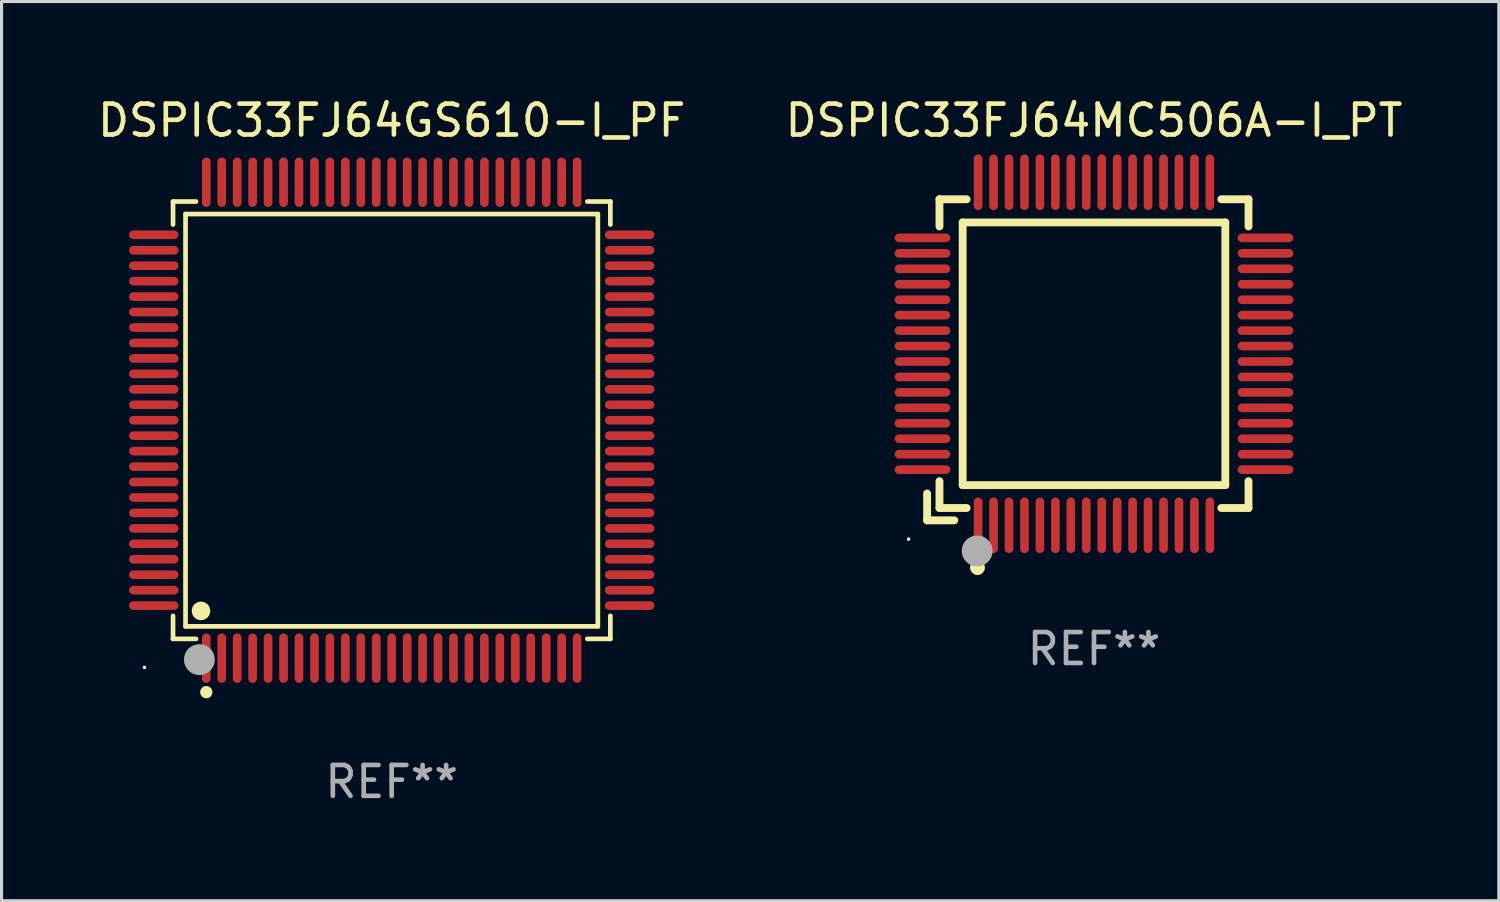
<source format=kicad_pcb>
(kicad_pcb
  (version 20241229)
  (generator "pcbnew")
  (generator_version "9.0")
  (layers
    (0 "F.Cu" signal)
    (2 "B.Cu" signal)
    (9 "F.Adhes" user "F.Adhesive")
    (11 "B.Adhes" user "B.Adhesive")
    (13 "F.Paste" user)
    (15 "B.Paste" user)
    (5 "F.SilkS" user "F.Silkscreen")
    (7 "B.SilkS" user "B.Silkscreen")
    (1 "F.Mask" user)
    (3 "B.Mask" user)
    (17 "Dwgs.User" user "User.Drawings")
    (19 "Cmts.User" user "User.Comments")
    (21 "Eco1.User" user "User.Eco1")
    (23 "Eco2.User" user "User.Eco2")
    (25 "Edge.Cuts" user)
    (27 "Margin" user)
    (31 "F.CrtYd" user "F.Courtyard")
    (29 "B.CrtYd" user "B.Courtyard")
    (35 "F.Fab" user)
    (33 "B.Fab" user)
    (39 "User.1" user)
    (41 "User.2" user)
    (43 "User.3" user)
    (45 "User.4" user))
  (footprint "DSPIC33FJ64MC506A-I_PT"
    (layer "F.Cu")
    (at 32.351 8.398)
    (property "Reference" "DSPIC33FJ64MC506A-I_PT" (at 0 -7.55 0) (layer "F.SilkS") (effects (font (size 1 1) (thickness 0.15))))
    (attr through_hole)
    (fp_line (start -5.4 4.521) (end -5.4 5.39) (stroke (width 0.254) (type solid)) (layer "F.SilkS"))
    (fp_line (start -5.4 5.39) (end -4.521 5.39) (stroke (width 0.254) (type solid)) (layer "F.SilkS"))
    (fp_line (start -5 -5) (end -5 -4.121) (stroke (width 0.254) (type solid)) (layer "F.SilkS"))
    (fp_line (start -5 4.121) (end -5 4.99) (stroke (width 0.254) (type solid)) (layer "F.SilkS"))
    (fp_line (start -5 4.99) (end -4.121 4.99) (stroke (width 0.254) (type solid)) (layer "F.SilkS"))
    (fp_line (start -4.25 -4.25) (end -4.25 4.25) (stroke (width 0.254) (type solid)) (layer "F.SilkS"))
    (fp_line (start -4.25 4.25) (end 4.25 4.25) (stroke (width 0.254) (type solid)) (layer "F.SilkS"))
    (fp_line (start -4.121 -5) (end -5 -5) (stroke (width 0.254) (type solid)) (layer "F.SilkS"))
    (fp_line (start 4.121 4.99) (end 5 4.99) (stroke (width 0.254) (type solid)) (layer "F.SilkS"))
    (fp_line (start 4.25 -4.25) (end -4.25 -4.25) (stroke (width 0.254) (type solid)) (layer "F.SilkS"))
    (fp_line (start 4.25 4.25) (end 4.25 -4.25) (stroke (width 0.254) (type solid)) (layer "F.SilkS"))
    (fp_line (start 5 -5) (end 4.121 -5) (stroke (width 0.254) (type solid)) (layer "F.SilkS"))
    (fp_line (start 5 -4.121) (end 5 -5) (stroke (width 0.254) (type solid)) (layer "F.SilkS"))
    (fp_line (start 5 4.99) (end 5 4.121) (stroke (width 0.254) (type solid)) (layer "F.SilkS"))
    (fp_circle (center -6 6) (end -5.97 6) (stroke (width 0.06) (type solid)) (fill no) (layer "F.SilkS"))
    (fp_circle (center -3.77 6.92) (end -3.65 6.92) (stroke (width 0.24) (type solid)) (fill no) (layer "F.SilkS"))
    (fp_circle (center -3.78 6.38) (end -3.53 6.38) (stroke (width 0.5) (type solid)) (fill no) (layer "F.Fab"))
    (fp_text user "REF**" (at 0 9.55 0) (layer "F.Fab") (effects (font (size 1 1) (thickness 0.15))))
    (pad "1" smd oval (at -3.75 5.55) (size 0.28 1.8) (layers "F.Cu" "F.Mask" "F.Paste"))
    (pad "2" smd oval (at -3.25 5.55) (size 0.28 1.8) (layers "F.Cu" "F.Mask" "F.Paste"))
    (pad "3" smd oval (at -2.75 5.55) (size 0.28 1.8) (layers "F.Cu" "F.Mask" "F.Paste"))
    (pad "4" smd oval (at -2.25 5.55) (size 0.28 1.8) (layers "F.Cu" "F.Mask" "F.Paste"))
    (pad "5" smd oval (at -1.75 5.55) (size 0.28 1.8) (layers "F.Cu" "F.Mask" "F.Paste"))
    (pad "6" smd oval (at -1.25 5.55) (size 0.28 1.8) (layers "F.Cu" "F.Mask" "F.Paste"))
    (pad "7" smd oval (at -0.75 5.55) (size 0.28 1.8) (layers "F.Cu" "F.Mask" "F.Paste"))
    (pad "8" smd oval (at -0.25 5.55) (size 0.28 1.8) (layers "F.Cu" "F.Mask" "F.Paste"))
    (pad "9" smd oval (at 0.25 5.55) (size 0.28 1.8) (layers "F.Cu" "F.Mask" "F.Paste"))
    (pad "10" smd oval (at 0.75 5.55) (size 0.28 1.8) (layers "F.Cu" "F.Mask" "F.Paste"))
    (pad "11" smd oval (at 1.25 5.55) (size 0.28 1.8) (layers "F.Cu" "F.Mask" "F.Paste"))
    (pad "12" smd oval (at 1.75 5.55) (size 0.28 1.8) (layers "F.Cu" "F.Mask" "F.Paste"))
    (pad "13" smd oval (at 2.25 5.55) (size 0.28 1.8) (layers "F.Cu" "F.Mask" "F.Paste"))
    (pad "14" smd oval (at 2.75 5.55) (size 0.28 1.8) (layers "F.Cu" "F.Mask" "F.Paste"))
    (pad "15" smd oval (at 3.25 5.55) (size 0.28 1.8) (layers "F.Cu" "F.Mask" "F.Paste"))
    (pad "16" smd oval (at 3.75 5.55) (size 0.28 1.8) (layers "F.Cu" "F.Mask" "F.Paste"))
    (pad "17" smd oval (at 5.55 3.75) (size 1.8 0.28) (layers "F.Cu" "F.Mask" "F.Paste"))
    (pad "18" smd oval (at 5.55 3.25) (size 1.8 0.28) (layers "F.Cu" "F.Mask" "F.Paste"))
    (pad "19" smd oval (at 5.55 2.75) (size 1.8 0.28) (layers "F.Cu" "F.Mask" "F.Paste"))
    (pad "20" smd oval (at 5.55 2.25) (size 1.8 0.28) (layers "F.Cu" "F.Mask" "F.Paste"))
    (pad "21" smd oval (at 5.55 1.75) (size 1.8 0.28) (layers "F.Cu" "F.Mask" "F.Paste"))
    (pad "22" smd oval (at 5.55 1.25) (size 1.8 0.28) (layers "F.Cu" "F.Mask" "F.Paste"))
    (pad "23" smd oval (at 5.55 0.75) (size 1.8 0.28) (layers "F.Cu" "F.Mask" "F.Paste"))
    (pad "24" smd oval (at 5.55 0.25) (size 1.8 0.28) (layers "F.Cu" "F.Mask" "F.Paste"))
    (pad "25" smd oval (at 5.55 -0.25) (size 1.8 0.28) (layers "F.Cu" "F.Mask" "F.Paste"))
    (pad "26" smd oval (at 5.55 -0.75) (size 1.8 0.28) (layers "F.Cu" "F.Mask" "F.Paste"))
    (pad "27" smd oval (at 5.55 -1.25) (size 1.8 0.28) (layers "F.Cu" "F.Mask" "F.Paste"))
    (pad "28" smd oval (at 5.55 -1.75) (size 1.8 0.28) (layers "F.Cu" "F.Mask" "F.Paste"))
    (pad "29" smd oval (at 5.55 -2.25) (size 1.8 0.28) (layers "F.Cu" "F.Mask" "F.Paste"))
    (pad "30" smd oval (at 5.55 -2.75) (size 1.8 0.28) (layers "F.Cu" "F.Mask" "F.Paste"))
    (pad "31" smd oval (at 5.55 -3.25) (size 1.8 0.28) (layers "F.Cu" "F.Mask" "F.Paste"))
    (pad "32" smd oval (at 5.55 -3.75) (size 1.8 0.28) (layers "F.Cu" "F.Mask" "F.Paste"))
    (pad "33" smd oval (at 3.75 -5.55) (size 0.28 1.8) (layers "F.Cu" "F.Mask" "F.Paste"))
    (pad "34" smd oval (at 3.25 -5.55) (size 0.28 1.8) (layers "F.Cu" "F.Mask" "F.Paste"))
    (pad "35" smd oval (at 2.75 -5.55) (size 0.28 1.8) (layers "F.Cu" "F.Mask" "F.Paste"))
    (pad "36" smd oval (at 2.25 -5.55) (size 0.28 1.8) (layers "F.Cu" "F.Mask" "F.Paste"))
    (pad "37" smd oval (at 1.75 -5.55) (size 0.28 1.8) (layers "F.Cu" "F.Mask" "F.Paste"))
    (pad "38" smd oval (at 1.25 -5.55) (size 0.28 1.8) (layers "F.Cu" "F.Mask" "F.Paste"))
    (pad "39" smd oval (at 0.75 -5.55) (size 0.28 1.8) (layers "F.Cu" "F.Mask" "F.Paste"))
    (pad "40" smd oval (at 0.25 -5.55) (size 0.28 1.8) (layers "F.Cu" "F.Mask" "F.Paste"))
    (pad "41" smd oval (at -0.25 -5.55) (size 0.28 1.8) (layers "F.Cu" "F.Mask" "F.Paste"))
    (pad "42" smd oval (at -0.75 -5.55) (size 0.28 1.8) (layers "F.Cu" "F.Mask" "F.Paste"))
    (pad "43" smd oval (at -1.25 -5.55) (size 0.28 1.8) (layers "F.Cu" "F.Mask" "F.Paste"))
    (pad "44" smd oval (at -1.75 -5.55) (size 0.28 1.8) (layers "F.Cu" "F.Mask" "F.Paste"))
    (pad "45" smd oval (at -2.25 -5.55) (size 0.28 1.8) (layers "F.Cu" "F.Mask" "F.Paste"))
    (pad "46" smd oval (at -2.75 -5.55) (size 0.28 1.8) (layers "F.Cu" "F.Mask" "F.Paste"))
    (pad "47" smd oval (at -3.25 -5.55) (size 0.28 1.8) (layers "F.Cu" "F.Mask" "F.Paste"))
    (pad "48" smd oval (at -3.75 -5.55) (size 0.28 1.8) (layers "F.Cu" "F.Mask" "F.Paste"))
    (pad "49" smd oval (at -5.55 -3.75) (size 1.8 0.28) (layers "F.Cu" "F.Mask" "F.Paste"))
    (pad "50" smd oval (at -5.55 -3.25) (size 1.8 0.28) (layers "F.Cu" "F.Mask" "F.Paste"))
    (pad "51" smd oval (at -5.55 -2.75) (size 1.8 0.28) (layers "F.Cu" "F.Mask" "F.Paste"))
    (pad "52" smd oval (at -5.55 -2.25) (size 1.8 0.28) (layers "F.Cu" "F.Mask" "F.Paste"))
    (pad "53" smd oval (at -5.55 -1.75) (size 1.8 0.28) (layers "F.Cu" "F.Mask" "F.Paste"))
    (pad "54" smd oval (at -5.55 -1.25) (size 1.8 0.28) (layers "F.Cu" "F.Mask" "F.Paste"))
    (pad "55" smd oval (at -5.55 -0.75) (size 1.8 0.28) (layers "F.Cu" "F.Mask" "F.Paste"))
    (pad "56" smd oval (at -5.55 -0.25) (size 1.8 0.28) (layers "F.Cu" "F.Mask" "F.Paste"))
    (pad "57" smd oval (at -5.55 0.25) (size 1.8 0.28) (layers "F.Cu" "F.Mask" "F.Paste"))
    (pad "58" smd oval (at -5.55 0.75) (size 1.8 0.28) (layers "F.Cu" "F.Mask" "F.Paste"))
    (pad "59" smd oval (at -5.55 1.25) (size 1.8 0.28) (layers "F.Cu" "F.Mask" "F.Paste"))
    (pad "60" smd oval (at -5.55 1.75) (size 1.8 0.28) (layers "F.Cu" "F.Mask" "F.Paste"))
    (pad "61" smd oval (at -5.55 2.25) (size 1.8 0.28) (layers "F.Cu" "F.Mask" "F.Paste"))
    (pad "62" smd oval (at -5.55 2.75) (size 1.8 0.28) (layers "F.Cu" "F.Mask" "F.Paste"))
    (pad "63" smd oval (at -5.55 3.25) (size 1.8 0.28) (layers "F.Cu" "F.Mask" "F.Paste"))
    (pad "64" smd oval (at -5.55 3.75) (size 1.8 0.28) (layers "F.Cu" "F.Mask" "F.Paste")))
  (footprint "DSPIC33FJ64GS610-I_PF"
    (layer "F.Cu")
    (at 9.625 10.548)
    (property "Reference" "DSPIC33FJ64GS610-I_PF" (at 0 -9.7 0) (layer "F.SilkS") (effects (font (size 1 1) (thickness 0.15))))
    (attr through_hole)
    (fp_line (start -7.076 -7.076) (end -6.331 -7.076) (stroke (width 0.152) (type solid)) (layer "F.SilkS"))
    (fp_line (start -7.076 -6.331) (end -7.076 -7.076) (stroke (width 0.152) (type solid)) (layer "F.SilkS"))
    (fp_line (start -7.076 6.331) (end -7.076 7.076) (stroke (width 0.152) (type solid)) (layer "F.SilkS"))
    (fp_line (start -7.076 7.076) (end -6.331 7.076) (stroke (width 0.152) (type solid)) (layer "F.SilkS"))
    (fp_line (start -6.671 -6.671) (end 6.671 -6.671) (stroke (width 0.152) (type solid)) (layer "F.SilkS"))
    (fp_line (start -6.671 6.671) (end -6.671 -6.671) (stroke (width 0.152) (type solid)) (layer "F.SilkS"))
    (fp_line (start 6.671 -6.671) (end 6.671 6.671) (stroke (width 0.152) (type solid)) (layer "F.SilkS"))
    (fp_line (start 6.671 6.671) (end -6.671 6.671) (stroke (width 0.152) (type solid)) (layer "F.SilkS"))
    (fp_line (start 7.076 -7.076) (end 6.331 -7.076) (stroke (width 0.152) (type solid)) (layer "F.SilkS"))
    (fp_line (start 7.076 -6.331) (end 7.076 -7.076) (stroke (width 0.152) (type solid)) (layer "F.SilkS"))
    (fp_line (start 7.076 6.331) (end 7.076 7.076) (stroke (width 0.152) (type solid)) (layer "F.SilkS"))
    (fp_line (start 7.076 7.076) (end 6.331 7.076) (stroke (width 0.152) (type solid)) (layer "F.SilkS"))
    (fp_circle (center -8 8) (end -7.97 8) (stroke (width 0.06) (type solid)) (fill no) (layer "F.SilkS"))
    (fp_circle (center -6.171 6.171) (end -6.021 6.171) (stroke (width 0.3) (type solid)) (fill no) (layer "F.SilkS"))
    (fp_circle (center -6 8.8) (end -5.9 8.8) (stroke (width 0.2) (type solid)) (fill no) (layer "F.SilkS"))
    (fp_circle (center -6.223 7.747) (end -5.973 7.747) (stroke (width 0.5) (type solid)) (fill no) (layer "F.Fab"))
    (fp_text user "REF**" (at 0 11.7 0) (layer "F.Fab") (effects (font (size 1 1) (thickness 0.15))))
    (pad "1" smd oval (at -6 7.7) (size 0.28 1.6) (layers "F.Cu" "F.Mask" "F.Paste"))
    (pad "2" smd oval (at -5.5 7.7) (size 0.28 1.6) (layers "F.Cu" "F.Mask" "F.Paste"))
    (pad "3" smd oval (at -5 7.7) (size 0.28 1.6) (layers "F.Cu" "F.Mask" "F.Paste"))
    (pad "4" smd oval (at -4.5 7.7) (size 0.28 1.6) (layers "F.Cu" "F.Mask" "F.Paste"))
    (pad "5" smd oval (at -4 7.7) (size 0.28 1.6) (layers "F.Cu" "F.Mask" "F.Paste"))
    (pad "6" smd oval (at -3.5 7.7) (size 0.28 1.6) (layers "F.Cu" "F.Mask" "F.Paste"))
    (pad "7" smd oval (at -3 7.7) (size 0.28 1.6) (layers "F.Cu" "F.Mask" "F.Paste"))
    (pad "8" smd oval (at -2.5 7.7) (size 0.28 1.6) (layers "F.Cu" "F.Mask" "F.Paste"))
    (pad "9" smd oval (at -2 7.7) (size 0.28 1.6) (layers "F.Cu" "F.Mask" "F.Paste"))
    (pad "10" smd oval (at -1.5 7.7) (size 0.28 1.6) (layers "F.Cu" "F.Mask" "F.Paste"))
    (pad "11" smd oval (at -1 7.7) (size 0.28 1.6) (layers "F.Cu" "F.Mask" "F.Paste"))
    (pad "12" smd oval (at -0.5 7.7) (size 0.28 1.6) (layers "F.Cu" "F.Mask" "F.Paste"))
    (pad "13" smd oval (at 0 7.7) (size 0.28 1.6) (layers "F.Cu" "F.Mask" "F.Paste"))
    (pad "14" smd oval (at 0.5 7.7) (size 0.28 1.6) (layers "F.Cu" "F.Mask" "F.Paste"))
    (pad "15" smd oval (at 1 7.7) (size 0.28 1.6) (layers "F.Cu" "F.Mask" "F.Paste"))
    (pad "16" smd oval (at 1.5 7.7) (size 0.28 1.6) (layers "F.Cu" "F.Mask" "F.Paste"))
    (pad "17" smd oval (at 2 7.7) (size 0.28 1.6) (layers "F.Cu" "F.Mask" "F.Paste"))
    (pad "18" smd oval (at 2.5 7.7) (size 0.28 1.6) (layers "F.Cu" "F.Mask" "F.Paste"))
    (pad "19" smd oval (at 3 7.7) (size 0.28 1.6) (layers "F.Cu" "F.Mask" "F.Paste"))
    (pad "20" smd oval (at 3.5 7.7) (size 0.28 1.6) (layers "F.Cu" "F.Mask" "F.Paste"))
    (pad "21" smd oval (at 4 7.7) (size 0.28 1.6) (layers "F.Cu" "F.Mask" "F.Paste"))
    (pad "22" smd oval (at 4.5 7.7) (size 0.28 1.6) (layers "F.Cu" "F.Mask" "F.Paste"))
    (pad "23" smd oval (at 5 7.7) (size 0.28 1.6) (layers "F.Cu" "F.Mask" "F.Paste"))
    (pad "24" smd oval (at 5.5 7.7) (size 0.28 1.6) (layers "F.Cu" "F.Mask" "F.Paste"))
    (pad "25" smd oval (at 6 7.7) (size 0.28 1.6) (layers "F.Cu" "F.Mask" "F.Paste"))
    (pad "26" smd oval (at 7.7 6) (size 1.6 0.28) (layers "F.Cu" "F.Mask" "F.Paste"))
    (pad "27" smd oval (at 7.7 5.5) (size 1.6 0.28) (layers "F.Cu" "F.Mask" "F.Paste"))
    (pad "28" smd oval (at 7.7 5) (size 1.6 0.28) (layers "F.Cu" "F.Mask" "F.Paste"))
    (pad "29" smd oval (at 7.7 4.5) (size 1.6 0.28) (layers "F.Cu" "F.Mask" "F.Paste"))
    (pad "30" smd oval (at 7.7 4) (size 1.6 0.28) (layers "F.Cu" "F.Mask" "F.Paste"))
    (pad "31" smd oval (at 7.7 3.5) (size 1.6 0.28) (layers "F.Cu" "F.Mask" "F.Paste"))
    (pad "32" smd oval (at 7.7 3) (size 1.6 0.28) (layers "F.Cu" "F.Mask" "F.Paste"))
    (pad "33" smd oval (at 7.7 2.5) (size 1.6 0.28) (layers "F.Cu" "F.Mask" "F.Paste"))
    (pad "34" smd oval (at 7.7 2) (size 1.6 0.28) (layers "F.Cu" "F.Mask" "F.Paste"))
    (pad "35" smd oval (at 7.7 1.5) (size 1.6 0.28) (layers "F.Cu" "F.Mask" "F.Paste"))
    (pad "36" smd oval (at 7.7 1) (size 1.6 0.28) (layers "F.Cu" "F.Mask" "F.Paste"))
    (pad "37" smd oval (at 7.7 0.5) (size 1.6 0.28) (layers "F.Cu" "F.Mask" "F.Paste"))
    (pad "38" smd oval (at 7.7 0) (size 1.6 0.28) (layers "F.Cu" "F.Mask" "F.Paste"))
    (pad "39" smd oval (at 7.7 -0.5) (size 1.6 0.28) (layers "F.Cu" "F.Mask" "F.Paste"))
    (pad "40" smd oval (at 7.7 -1) (size 1.6 0.28) (layers "F.Cu" "F.Mask" "F.Paste"))
    (pad "41" smd oval (at 7.7 -1.5) (size 1.6 0.28) (layers "F.Cu" "F.Mask" "F.Paste"))
    (pad "42" smd oval (at 7.7 -2) (size 1.6 0.28) (layers "F.Cu" "F.Mask" "F.Paste"))
    (pad "43" smd oval (at 7.7 -2.5) (size 1.6 0.28) (layers "F.Cu" "F.Mask" "F.Paste"))
    (pad "44" smd oval (at 7.7 -3) (size 1.6 0.28) (layers "F.Cu" "F.Mask" "F.Paste"))
    (pad "45" smd oval (at 7.7 -3.5) (size 1.6 0.28) (layers "F.Cu" "F.Mask" "F.Paste"))
    (pad "46" smd oval (at 7.7 -4) (size 1.6 0.28) (layers "F.Cu" "F.Mask" "F.Paste"))
    (pad "47" smd oval (at 7.7 -4.5) (size 1.6 0.28) (layers "F.Cu" "F.Mask" "F.Paste"))
    (pad "48" smd oval (at 7.7 -5) (size 1.6 0.28) (layers "F.Cu" "F.Mask" "F.Paste"))
    (pad "49" smd oval (at 7.7 -5.5) (size 1.6 0.28) (layers "F.Cu" "F.Mask" "F.Paste"))
    (pad "50" smd oval (at 7.7 -6) (size 1.6 0.28) (layers "F.Cu" "F.Mask" "F.Paste"))
    (pad "51" smd oval (at 6 -7.7) (size 0.28 1.6) (layers "F.Cu" "F.Mask" "F.Paste"))
    (pad "52" smd oval (at 5.5 -7.7) (size 0.28 1.6) (layers "F.Cu" "F.Mask" "F.Paste"))
    (pad "53" smd oval (at 5 -7.7) (size 0.28 1.6) (layers "F.Cu" "F.Mask" "F.Paste"))
    (pad "54" smd oval (at 4.5 -7.7) (size 0.28 1.6) (layers "F.Cu" "F.Mask" "F.Paste"))
    (pad "55" smd oval (at 4 -7.7) (size 0.28 1.6) (layers "F.Cu" "F.Mask" "F.Paste"))
    (pad "56" smd oval (at 3.5 -7.7) (size 0.28 1.6) (layers "F.Cu" "F.Mask" "F.Paste"))
    (pad "57" smd oval (at 3 -7.7) (size 0.28 1.6) (layers "F.Cu" "F.Mask" "F.Paste"))
    (pad "58" smd oval (at 2.5 -7.7) (size 0.28 1.6) (layers "F.Cu" "F.Mask" "F.Paste"))
    (pad "59" smd oval (at 2 -7.7) (size 0.28 1.6) (layers "F.Cu" "F.Mask" "F.Paste"))
    (pad "60" smd oval (at 1.5 -7.7) (size 0.28 1.6) (layers "F.Cu" "F.Mask" "F.Paste"))
    (pad "61" smd oval (at 1 -7.7) (size 0.28 1.6) (layers "F.Cu" "F.Mask" "F.Paste"))
    (pad "62" smd oval (at 0.5 -7.7) (size 0.28 1.6) (layers "F.Cu" "F.Mask" "F.Paste"))
    (pad "63" smd oval (at 0 -7.7) (size 0.28 1.6) (layers "F.Cu" "F.Mask" "F.Paste"))
    (pad "64" smd oval (at -0.5 -7.7) (size 0.28 1.6) (layers "F.Cu" "F.Mask" "F.Paste"))
    (pad "65" smd oval (at -1 -7.7) (size 0.28 1.6) (layers "F.Cu" "F.Mask" "F.Paste"))
    (pad "66" smd oval (at -1.5 -7.7) (size 0.28 1.6) (layers "F.Cu" "F.Mask" "F.Paste"))
    (pad "67" smd oval (at -2 -7.7) (size 0.28 1.6) (layers "F.Cu" "F.Mask" "F.Paste"))
    (pad "68" smd oval (at -2.5 -7.7) (size 0.28 1.6) (layers "F.Cu" "F.Mask" "F.Paste"))
    (pad "69" smd oval (at -3 -7.7) (size 0.28 1.6) (layers "F.Cu" "F.Mask" "F.Paste"))
    (pad "70" smd oval (at -3.5 -7.7) (size 0.28 1.6) (layers "F.Cu" "F.Mask" "F.Paste"))
    (pad "71" smd oval (at -4 -7.7) (size 0.28 1.6) (layers "F.Cu" "F.Mask" "F.Paste"))
    (pad "72" smd oval (at -4.5 -7.7) (size 0.28 1.6) (layers "F.Cu" "F.Mask" "F.Paste"))
    (pad "73" smd oval (at -5 -7.7) (size 0.28 1.6) (layers "F.Cu" "F.Mask" "F.Paste"))
    (pad "74" smd oval (at -5.5 -7.7) (size 0.28 1.6) (layers "F.Cu" "F.Mask" "F.Paste"))
    (pad "75" smd oval (at -6 -7.7) (size 0.28 1.6) (layers "F.Cu" "F.Mask" "F.Paste"))
    (pad "76" smd oval (at -7.7 -6) (size 1.6 0.28) (layers "F.Cu" "F.Mask" "F.Paste"))
    (pad "77" smd oval (at -7.7 -5.5) (size 1.6 0.28) (layers "F.Cu" "F.Mask" "F.Paste"))
    (pad "78" smd oval (at -7.7 -5) (size 1.6 0.28) (layers "F.Cu" "F.Mask" "F.Paste"))
    (pad "79" smd oval (at -7.7 -4.5) (size 1.6 0.28) (layers "F.Cu" "F.Mask" "F.Paste"))
    (pad "80" smd oval (at -7.7 -4) (size 1.6 0.28) (layers "F.Cu" "F.Mask" "F.Paste"))
    (pad "81" smd oval (at -7.7 -3.5) (size 1.6 0.28) (layers "F.Cu" "F.Mask" "F.Paste"))
    (pad "82" smd oval (at -7.7 -3) (size 1.6 0.28) (layers "F.Cu" "F.Mask" "F.Paste"))
    (pad "83" smd oval (at -7.7 -2.5) (size 1.6 0.28) (layers "F.Cu" "F.Mask" "F.Paste"))
    (pad "84" smd oval (at -7.7 -2) (size 1.6 0.28) (layers "F.Cu" "F.Mask" "F.Paste"))
    (pad "85" smd oval (at -7.7 -1.5) (size 1.6 0.28) (layers "F.Cu" "F.Mask" "F.Paste"))
    (pad "86" smd oval (at -7.7 -1) (size 1.6 0.28) (layers "F.Cu" "F.Mask" "F.Paste"))
    (pad "87" smd oval (at -7.7 -0.5) (size 1.6 0.28) (layers "F.Cu" "F.Mask" "F.Paste"))
    (pad "88" smd oval (at -7.7 0) (size 1.6 0.28) (layers "F.Cu" "F.Mask" "F.Paste"))
    (pad "89" smd oval (at -7.7 0.5) (size 1.6 0.28) (layers "F.Cu" "F.Mask" "F.Paste"))
    (pad "90" smd oval (at -7.7 1) (size 1.6 0.28) (layers "F.Cu" "F.Mask" "F.Paste"))
    (pad "91" smd oval (at -7.7 1.5) (size 1.6 0.28) (layers "F.Cu" "F.Mask" "F.Paste"))
    (pad "92" smd oval (at -7.7 2) (size 1.6 0.28) (layers "F.Cu" "F.Mask" "F.Paste"))
    (pad "93" smd oval (at -7.7 2.5) (size 1.6 0.28) (layers "F.Cu" "F.Mask" "F.Paste"))
    (pad "94" smd oval (at -7.7 3) (size 1.6 0.28) (layers "F.Cu" "F.Mask" "F.Paste"))
    (pad "95" smd oval (at -7.7 3.5) (size 1.6 0.28) (layers "F.Cu" "F.Mask" "F.Paste"))
    (pad "96" smd oval (at -7.7 4) (size 1.6 0.28) (layers "F.Cu" "F.Mask" "F.Paste"))
    (pad "97" smd oval (at -7.7 4.5) (size 1.6 0.28) (layers "F.Cu" "F.Mask" "F.Paste"))
    (pad "98" smd oval (at -7.7 5) (size 1.6 0.28) (layers "F.Cu" "F.Mask" "F.Paste"))
    (pad "99" smd oval (at -7.7 5.5) (size 1.6 0.28) (layers "F.Cu" "F.Mask" "F.Paste"))
    (pad "100" smd oval (at -7.7 6) (size 1.6 0.28) (layers "F.Cu" "F.Mask" "F.Paste")))
  (gr_rect
    (start -3 -3)
    (end 45.452 26.097)
    (stroke (width 0.1) (type default))
    (fill no)
    (layer "Edge.Cuts")))
</source>
